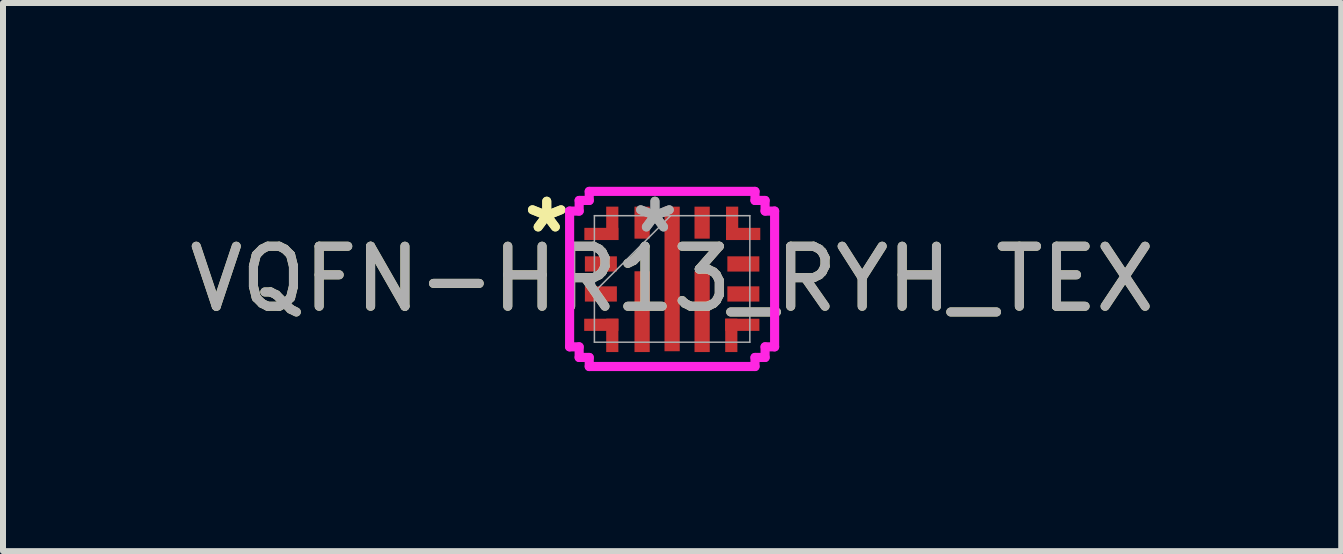
<source format=kicad_pcb>
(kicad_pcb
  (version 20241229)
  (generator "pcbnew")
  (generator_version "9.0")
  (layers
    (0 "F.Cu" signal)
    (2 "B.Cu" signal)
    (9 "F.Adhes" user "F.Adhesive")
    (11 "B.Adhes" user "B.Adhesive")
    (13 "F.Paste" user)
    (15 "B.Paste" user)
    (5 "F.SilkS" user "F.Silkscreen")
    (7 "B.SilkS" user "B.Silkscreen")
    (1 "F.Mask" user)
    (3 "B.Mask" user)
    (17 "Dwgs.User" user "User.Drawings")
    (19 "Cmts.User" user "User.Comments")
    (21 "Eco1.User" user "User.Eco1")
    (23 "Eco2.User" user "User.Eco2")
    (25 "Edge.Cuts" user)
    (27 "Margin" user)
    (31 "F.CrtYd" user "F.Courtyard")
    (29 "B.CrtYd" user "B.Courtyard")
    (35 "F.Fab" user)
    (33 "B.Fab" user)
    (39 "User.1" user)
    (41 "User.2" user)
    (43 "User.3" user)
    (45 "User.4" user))
  (footprint "VQFN-HR13_RYH_TEX"
    (layer "F.Cu")
    (at 8.149 1.598)
    (property "Reference" "VQFN-HR13_RYH_TEX" (at 0 0 0) (unlocked yes) (layer "F.SilkS") (effects (font (size 1 1) (thickness 0.15))))
    (attr smd)
    (fp_line (start -1.708 -1.131) (end -1.549 -1.131) (stroke (width 0.152) (type solid)) (layer "F.CrtYd"))
    (fp_line (start -1.708 1.131) (end -1.708 -1.131) (stroke (width 0.152) (type solid)) (layer "F.CrtYd"))
    (fp_line (start -1.549 -1.308) (end -1.381 -1.308) (stroke (width 0.152) (type solid)) (layer "F.CrtYd"))
    (fp_line (start -1.549 -1.131) (end -1.549 -1.308) (stroke (width 0.152) (type solid)) (layer "F.CrtYd"))
    (fp_line (start -1.549 1.131) (end -1.708 1.131) (stroke (width 0.152) (type solid)) (layer "F.CrtYd"))
    (fp_line (start -1.549 1.308) (end -1.549 1.131) (stroke (width 0.152) (type solid)) (layer "F.CrtYd"))
    (fp_line (start -1.381 -1.459) (end 1.381 -1.459) (stroke (width 0.152) (type solid)) (layer "F.CrtYd"))
    (fp_line (start -1.381 -1.308) (end -1.381 -1.459) (stroke (width 0.152) (type solid)) (layer "F.CrtYd"))
    (fp_line (start -1.381 1.308) (end -1.549 1.308) (stroke (width 0.152) (type solid)) (layer "F.CrtYd"))
    (fp_line (start -1.381 1.459) (end -1.381 1.308) (stroke (width 0.152) (type solid)) (layer "F.CrtYd"))
    (fp_line (start 1.381 -1.459) (end 1.381 -1.308) (stroke (width 0.152) (type solid)) (layer "F.CrtYd"))
    (fp_line (start 1.381 -1.308) (end 1.549 -1.308) (stroke (width 0.152) (type solid)) (layer "F.CrtYd"))
    (fp_line (start 1.381 1.308) (end 1.381 1.459) (stroke (width 0.152) (type solid)) (layer "F.CrtYd"))
    (fp_line (start 1.381 1.459) (end -1.381 1.459) (stroke (width 0.152) (type solid)) (layer "F.CrtYd"))
    (fp_line (start 1.549 -1.308) (end 1.549 -1.131) (stroke (width 0.152) (type solid)) (layer "F.CrtYd"))
    (fp_line (start 1.549 -1.131) (end 1.708 -1.131) (stroke (width 0.152) (type solid)) (layer "F.CrtYd"))
    (fp_line (start 1.549 1.131) (end 1.549 1.308) (stroke (width 0.152) (type solid)) (layer "F.CrtYd"))
    (fp_line (start 1.549 1.308) (end 1.381 1.308) (stroke (width 0.152) (type solid)) (layer "F.CrtYd"))
    (fp_line (start 1.708 -1.131) (end 1.708 1.131) (stroke (width 0.152) (type solid)) (layer "F.CrtYd"))
    (fp_line (start 1.708 1.131) (end 1.549 1.131) (stroke (width 0.152) (type solid)) (layer "F.CrtYd"))
    (fp_line (start -1.295 -1.054) (end -1.295 1.054) (stroke (width 0.025) (type solid)) (layer "F.Fab"))
    (fp_line (start -1.295 0.216) (end -0.025 -1.054) (stroke (width 0.025) (type solid)) (layer "F.Fab"))
    (fp_line (start -1.295 1.054) (end 1.295 1.054) (stroke (width 0.025) (type solid)) (layer "F.Fab"))
    (fp_line (start 1.295 -1.054) (end -1.295 -1.054) (stroke (width 0.025) (type solid)) (layer "F.Fab"))
    (fp_line (start 1.295 1.054) (end 1.295 -1.054) (stroke (width 0.025) (type solid)) (layer "F.Fab"))
    (fp_text user "*" (at -2.089 -0.75 0) (layer "F.SilkS") (effects (font (size 1 1) (thickness 0.15))))
    (fp_text user "*" (at -2.089 -0.75 0) (unlocked yes) (layer "F.SilkS") (effects (font (size 1 1) (thickness 0.15))))
    (fp_text user "*" (at -0.286 -0.75 0) (unlocked yes) (layer "F.Fab") (effects (font (size 1 1) (thickness 0.15))))
    (fp_text user "*" (at -0.286 -0.75 0) (layer "F.Fab") (effects (font (size 1 1) (thickness 0.15))))
    (fp_text user "${REFERENCE}" (at 0 0 0) (unlocked yes) (layer "F.Fab") (effects (font (size 1 1) (thickness 0.15))))
    (pad "1" smd rect (at -1.179 -0.75 180) (size 0.567 0.203) (layers "F.Cu" "F.Mask" "F.Paste"))
    (pad "1" smd rect (at -0.997 -0.927 270) (size 0.556 0.203) (layers "F.Cu" "F.Mask" "F.Paste"))
    (pad "2" smd rect (at -1.187 -0.25) (size 0.533 0.254) (layers "F.Cu" "F.Mask" "F.Paste"))
    (pad "3" smd rect (at -1.187 0.25) (size 0.533 0.254) (layers "F.Cu" "F.Mask" "F.Paste"))
    (pad "4" smd rect (at -1.18 0.764) (size 0.57 0.203) (layers "F.Cu" "F.Mask" "F.Paste"))
    (pad "4" smd rect (at -0.997 0.94 270) (size 0.556 0.203) (layers "F.Cu" "F.Mask" "F.Paste"))
    (pad "5" smd rect (at -0.5 0.545 90) (size 1.346 0.254) (layers "F.Cu" "F.Mask" "F.Paste"))
    (pad "6" smd rect (at 0 0 90) (size 2.409 0.254) (layers "F.Cu" "F.Mask" "F.Paste"))
    (pad "7" smd rect (at 0.5 0.545 90) (size 1.346 0.254) (layers "F.Cu" "F.Mask" "F.Paste"))
    (pad "8" smd rect (at 0.986 0.94 270) (size 0.556 0.203) (layers "F.Cu" "F.Mask" "F.Paste"))
    (pad "8" smd rect (at 1.169 0.764 180) (size 0.57 0.203) (layers "F.Cu" "F.Mask" "F.Paste"))
    (pad "9" smd rect (at 1.187 0.25) (size 0.533 0.254) (layers "F.Cu" "F.Mask" "F.Paste"))
    (pad "10" smd rect (at 1.187 -0.25) (size 0.533 0.254) (layers "F.Cu" "F.Mask" "F.Paste"))
    (pad "11" smd rect (at 1 -0.927 270) (size 0.556 0.203) (layers "F.Cu" "F.Mask" "F.Paste"))
    (pad "11" smd rect (at 1.184 -0.75 180) (size 0.57 0.203) (layers "F.Cu" "F.Mask" "F.Paste"))
    (pad "12" smd rect (at 0.5 -0.938 90) (size 0.533 0.254) (layers "F.Cu" "F.Mask" "F.Paste"))
    (pad "13" smd rect (at -0.5 -0.938 90) (size 0.533 0.254) (layers "F.Cu" "F.Mask" "F.Paste")))
  (gr_rect
    (start -3 -3)
    (end 19.298 6.133)
    (stroke (width 0.1) (type default))
    (fill no)
    (layer "Edge.Cuts")))
</source>
